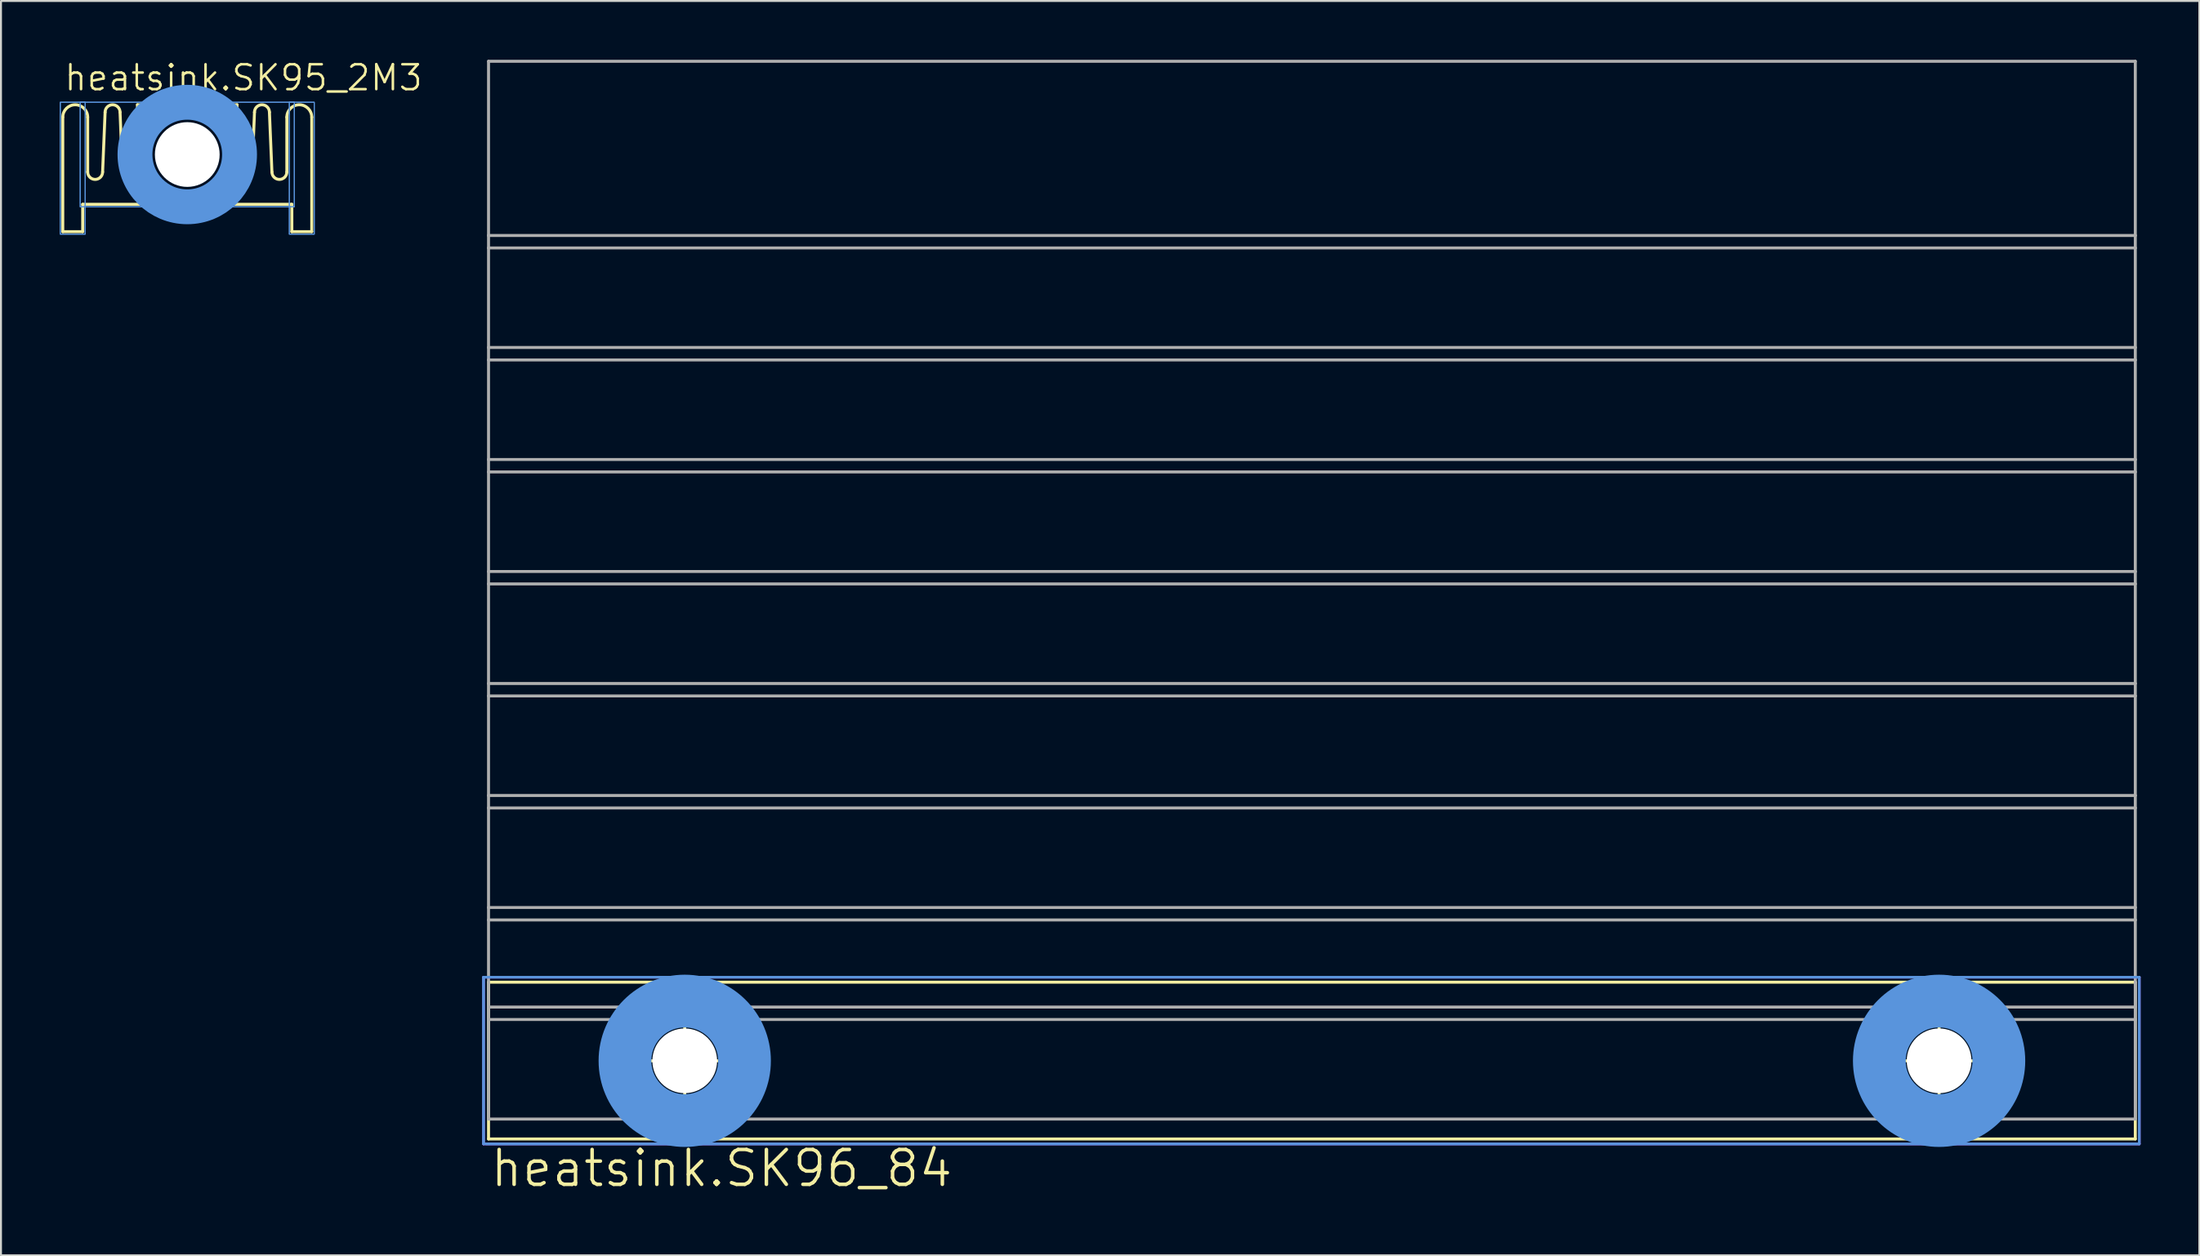
<source format=kicad_pcb>
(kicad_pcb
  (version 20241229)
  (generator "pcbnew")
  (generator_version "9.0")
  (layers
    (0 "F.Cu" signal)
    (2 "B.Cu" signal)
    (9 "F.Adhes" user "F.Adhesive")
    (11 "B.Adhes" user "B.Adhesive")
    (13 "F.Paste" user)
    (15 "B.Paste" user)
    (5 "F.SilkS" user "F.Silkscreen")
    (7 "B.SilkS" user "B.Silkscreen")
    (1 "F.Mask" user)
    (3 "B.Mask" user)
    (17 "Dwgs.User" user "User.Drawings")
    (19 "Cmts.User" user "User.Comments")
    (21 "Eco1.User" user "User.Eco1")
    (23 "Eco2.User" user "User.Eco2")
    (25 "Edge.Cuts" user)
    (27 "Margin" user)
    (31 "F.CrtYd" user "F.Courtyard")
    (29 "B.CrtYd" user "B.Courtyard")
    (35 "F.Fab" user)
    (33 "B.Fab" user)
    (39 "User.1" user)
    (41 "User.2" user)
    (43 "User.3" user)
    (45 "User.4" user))
  (footprint "heatsink.SK95_2M3"
    (layer "F.Cu")
    (at 6.502 7.375)
    (property "Reference" "heatsink.SK95_2M3" (at -6.35 -5.715 0) (layer "F.SilkS") (effects (font (size 1.27 1.27) (thickness 0.13)) (justify left bottom)))
    (fp_line (start -6.35 1.397) (end -6.35 -4.445) (stroke (width 0.152) (type default)) (layer "F.SilkS"))
    (fp_line (start -5.334 0) (end -5.334 1.397) (stroke (width 0.152) (type default)) (layer "F.SilkS"))
    (fp_line (start -5.334 1.397) (end -6.35 1.397) (stroke (width 0.152) (type default)) (layer "F.SilkS"))
    (fp_line (start -5.08 -1.651) (end -5.08 -4.445) (stroke (width 0.152) (type default)) (layer "F.SilkS"))
    (fp_line (start -4.191 -4.699) (end -4.318 -1.651) (stroke (width 0.152) (type default)) (layer "F.SilkS"))
    (fp_line (start -3.302 -1.651) (end -3.429 -4.699) (stroke (width 0.152) (type default)) (layer "F.SilkS"))
    (fp_line (start -2.54 -1.651) (end -2.54 -5.08) (stroke (width 0.152) (type default)) (layer "F.SilkS"))
    (fp_line (start 2.54 -5.08) (end -2.54 -5.08) (stroke (width 0.152) (type default)) (layer "F.SilkS"))
    (fp_line (start 2.54 -5.08) (end 2.54 -1.651) (stroke (width 0.152) (type default)) (layer "F.SilkS"))
    (fp_line (start 3.429 -4.699) (end 3.302 -1.651) (stroke (width 0.152) (type default)) (layer "F.SilkS"))
    (fp_line (start 4.191 -4.699) (end 4.318 -1.651) (stroke (width 0.152) (type default)) (layer "F.SilkS"))
    (fp_line (start 5.08 -1.651) (end 5.08 -4.445) (stroke (width 0.152) (type default)) (layer "F.SilkS"))
    (fp_line (start 5.334 0) (end -5.334 0) (stroke (width 0.152) (type default)) (layer "F.SilkS"))
    (fp_line (start 5.334 0) (end 5.334 1.397) (stroke (width 0.152) (type default)) (layer "F.SilkS"))
    (fp_line (start 6.35 -4.445) (end 6.35 1.397) (stroke (width 0.152) (type default)) (layer "F.SilkS"))
    (fp_line (start 6.35 1.397) (end 5.334 1.397) (stroke (width 0.152) (type default)) (layer "F.SilkS"))
    (fp_arc (start -6.35 -4.445) (mid -5.715 -5.08) (end -5.08 -4.445) (stroke (width 0.1524) (type default)) (layer "F.SilkS"))
    (fp_arc (start -4.318 -1.651) (mid -4.699 -1.27) (end -5.08 -1.651) (stroke (width 0.1524) (type default)) (layer "F.SilkS"))
    (fp_arc (start -4.191 -4.699) (mid -3.81 -5.08) (end -3.429 -4.699) (stroke (width 0.1524) (type default)) (layer "F.SilkS"))
    (fp_arc (start -2.54 -1.651) (mid -2.921 -1.27) (end -3.302 -1.651) (stroke (width 0.1524) (type default)) (layer "F.SilkS"))
    (fp_arc (start 3.302 -1.651) (mid 2.921 -1.27) (end 2.54 -1.651) (stroke (width 0.1524) (type default)) (layer "F.SilkS"))
    (fp_arc (start 3.429 -4.699) (mid 3.81 -5.08) (end 4.191 -4.699) (stroke (width 0.1524) (type default)) (layer "F.SilkS"))
    (fp_arc (start 5.08 -4.445) (mid 5.715 -5.08) (end 6.35 -4.445) (stroke (width 0.1524) (type default)) (layer "F.SilkS"))
    (fp_arc (start 5.08 -1.651) (mid 4.699 -1.27) (end 4.318 -1.651) (stroke (width 0.1524) (type default)) (layer "F.SilkS"))
    (fp_rect (start -6.477 1.524) (end -5.207 -5.207) (stroke (width 0.05) (type default)) (fill no) (layer "Cmts.User"))
    (fp_rect (start -6.477 1.524) (end -5.207 -5.207) (stroke (width 0.05) (type default)) (fill no) (layer "Cmts.User"))
    (fp_rect (start -5.461 0.127) (end 5.461 -5.207) (stroke (width 0.05) (type default)) (fill no) (layer "Cmts.User"))
    (fp_rect (start -5.461 0.127) (end 5.461 -5.207) (stroke (width 0.05) (type default)) (fill no) (layer "Cmts.User"))
    (fp_rect (start 5.207 1.524) (end 6.477 -5.207) (stroke (width 0.05) (type default)) (fill no) (layer "Cmts.User"))
    (fp_rect (start 5.207 1.524) (end 6.477 -5.207) (stroke (width 0.05) (type default)) (fill no) (layer "Cmts.User"))
    (fp_circle (center 0 -2.54) (end 2.667 -2.54) (stroke (width 1.778) (type default)) (fill no) (layer "Cmts.User"))
    (pad "" np_thru_hole circle (at 0 -2.54) (size 3.302 3.302) (drill 3.302) (layers "*.Cu" "*.Mask")))
  (footprint "heatsink.SK96_84"
    (layer "F.Cu")
    (at 63.779 55.067)
    (property "Reference" "heatsink.SK96_84" (at -41.91 2.54 0) (layer "F.SilkS") (effects (font (size 1.778 1.778) (thickness 0.18)) (justify left bottom)))
    (fp_line (start -41.91 -8.001) (end 42.088 -8.001) (stroke (width 0.152) (type default)) (layer "F.SilkS"))
    (fp_line (start -41.91 0) (end -41.91 -8.001) (stroke (width 0.152) (type default)) (layer "F.SilkS"))
    (fp_line (start -31.902 -7.417) (end -31.902 -0.559) (stroke (width 0.152) (type default)) (layer "F.SilkS"))
    (fp_line (start -28.473 -3.988) (end -35.331 -3.988) (stroke (width 0.152) (type default)) (layer "F.SilkS"))
    (fp_line (start 32.08 -7.417) (end 32.08 -0.559) (stroke (width 0.152) (type default)) (layer "F.SilkS"))
    (fp_line (start 35.509 -3.988) (end 28.651 -3.988) (stroke (width 0.152) (type default)) (layer "F.SilkS"))
    (fp_line (start 42.088 0) (end -41.91 0) (stroke (width 0.152) (type default)) (layer "F.SilkS"))
    (fp_line (start 42.088 0) (end 42.088 -8.001) (stroke (width 0.152) (type default)) (layer "F.SilkS"))
    (fp_line (start -42.164 -8.255) (end -42.164 0.254) (stroke (width 0.127) (type default)) (layer "Cmts.User"))
    (fp_line (start -42.164 -8.255) (end -42.164 0.254) (stroke (width 0.127) (type default)) (layer "Cmts.User"))
    (fp_line (start -42.164 -8.255) (end 42.291 -8.255) (stroke (width 0.127) (type default)) (layer "Cmts.User"))
    (fp_line (start -42.164 -8.255) (end 42.291 -8.255) (stroke (width 0.127) (type default)) (layer "Cmts.User"))
    (fp_line (start 42.291 0.254) (end -42.164 0.254) (stroke (width 0.127) (type default)) (layer "Cmts.User"))
    (fp_line (start 42.291 0.254) (end -42.037 0.254) (stroke (width 0.127) (type default)) (layer "Cmts.User"))
    (fp_line (start 42.291 0.254) (end 42.291 -8.255) (stroke (width 0.127) (type default)) (layer "Cmts.User"))
    (fp_line (start 42.291 0.254) (end 42.291 -8.255) (stroke (width 0.127) (type default)) (layer "Cmts.User"))
    (fp_circle (center -31.902 -3.988) (end -28.854 -3.988) (stroke (width 2.692) (type default)) (fill no) (layer "Cmts.User"))
    (fp_circle (center 32.08 -3.988) (end 35.128 -3.988) (stroke (width 2.692) (type default)) (fill no) (layer "Cmts.User"))
    (fp_line (start -42.164 -8.255) (end -42.164 0.254) (stroke (width 0.127) (type default)) (layer "F.CrtYd"))
    (fp_line (start -42.164 -8.255) (end 42.291 -8.255) (stroke (width 0.127) (type default)) (layer "F.CrtYd"))
    (fp_line (start 42.291 0.254) (end -42.164 0.254) (stroke (width 0.127) (type default)) (layer "F.CrtYd"))
    (fp_line (start 42.291 0.254) (end 42.291 -8.255) (stroke (width 0.127) (type default)) (layer "F.CrtYd"))
    (fp_line (start -41.91 -54.991) (end 42.088 -54.991) (stroke (width 0.152) (type default)) (layer "F.Fab"))
    (fp_line (start -41.91 -46.101) (end -41.91 -54.991) (stroke (width 0.152) (type default)) (layer "F.Fab"))
    (fp_line (start -41.91 -46.101) (end 42.088 -46.101) (stroke (width 0.152) (type default)) (layer "F.Fab"))
    (fp_line (start -41.91 -45.466) (end -41.91 -46.101) (stroke (width 0.152) (type default)) (layer "F.Fab"))
    (fp_line (start -41.91 -45.466) (end 42.088 -45.466) (stroke (width 0.152) (type default)) (layer "F.Fab"))
    (fp_line (start -41.91 -40.386) (end -41.91 -45.466) (stroke (width 0.152) (type default)) (layer "F.Fab"))
    (fp_line (start -41.91 -40.386) (end 42.088 -40.386) (stroke (width 0.152) (type default)) (layer "F.Fab"))
    (fp_line (start -41.91 -39.751) (end -41.91 -40.386) (stroke (width 0.152) (type default)) (layer "F.Fab"))
    (fp_line (start -41.91 -39.751) (end 42.088 -39.751) (stroke (width 0.152) (type default)) (layer "F.Fab"))
    (fp_line (start -41.91 -34.671) (end -41.91 -39.751) (stroke (width 0.152) (type default)) (layer "F.Fab"))
    (fp_line (start -41.91 -34.671) (end 42.088 -34.671) (stroke (width 0.152) (type default)) (layer "F.Fab"))
    (fp_line (start -41.91 -34.036) (end -41.91 -34.671) (stroke (width 0.152) (type default)) (layer "F.Fab"))
    (fp_line (start -41.91 -34.036) (end 42.088 -34.036) (stroke (width 0.152) (type default)) (layer "F.Fab"))
    (fp_line (start -41.91 -28.956) (end -41.91 -34.036) (stroke (width 0.152) (type default)) (layer "F.Fab"))
    (fp_line (start -41.91 -28.956) (end 42.088 -28.956) (stroke (width 0.152) (type default)) (layer "F.Fab"))
    (fp_line (start -41.91 -28.321) (end -41.91 -28.956) (stroke (width 0.152) (type default)) (layer "F.Fab"))
    (fp_line (start -41.91 -28.321) (end 42.088 -28.321) (stroke (width 0.152) (type default)) (layer "F.Fab"))
    (fp_line (start -41.91 -23.241) (end -41.91 -28.321) (stroke (width 0.152) (type default)) (layer "F.Fab"))
    (fp_line (start -41.91 -23.241) (end 42.088 -23.241) (stroke (width 0.152) (type default)) (layer "F.Fab"))
    (fp_line (start -41.91 -22.606) (end -41.91 -23.241) (stroke (width 0.152) (type default)) (layer "F.Fab"))
    (fp_line (start -41.91 -22.606) (end 42.088 -22.606) (stroke (width 0.152) (type default)) (layer "F.Fab"))
    (fp_line (start -41.91 -17.526) (end -41.91 -22.606) (stroke (width 0.152) (type default)) (layer "F.Fab"))
    (fp_line (start -41.91 -17.526) (end 42.088 -17.526) (stroke (width 0.152) (type default)) (layer "F.Fab"))
    (fp_line (start -41.91 -16.891) (end -41.91 -17.526) (stroke (width 0.152) (type default)) (layer "F.Fab"))
    (fp_line (start -41.91 -16.891) (end 42.088 -16.891) (stroke (width 0.152) (type default)) (layer "F.Fab"))
    (fp_line (start -41.91 -11.811) (end -41.91 -16.891) (stroke (width 0.152) (type default)) (layer "F.Fab"))
    (fp_line (start -41.91 -11.811) (end 42.088 -11.811) (stroke (width 0.152) (type default)) (layer "F.Fab"))
    (fp_line (start -41.91 -11.176) (end -41.91 -11.811) (stroke (width 0.152) (type default)) (layer "F.Fab"))
    (fp_line (start -41.91 -11.176) (end 42.088 -11.176) (stroke (width 0.152) (type default)) (layer "F.Fab"))
    (fp_line (start -41.91 -6.731) (end -41.91 -11.176) (stroke (width 0.152) (type default)) (layer "F.Fab"))
    (fp_line (start -41.91 -6.731) (end 42.088 -6.731) (stroke (width 0.152) (type default)) (layer "F.Fab"))
    (fp_line (start -41.91 -6.096) (end -41.91 -6.731) (stroke (width 0.152) (type default)) (layer "F.Fab"))
    (fp_line (start -41.91 -6.096) (end -41.91 -1.016) (stroke (width 0.152) (type default)) (layer "F.Fab"))
    (fp_line (start -41.91 -6.096) (end 42.088 -6.096) (stroke (width 0.152) (type default)) (layer "F.Fab"))
    (fp_line (start -41.91 -1.016) (end 42.088 -1.016) (stroke (width 0.152) (type default)) (layer "F.Fab"))
    (fp_line (start 42.088 -46.101) (end 42.088 -54.991) (stroke (width 0.152) (type default)) (layer "F.Fab"))
    (fp_line (start 42.088 -45.466) (end 42.088 -46.101) (stroke (width 0.152) (type default)) (layer "F.Fab"))
    (fp_line (start 42.088 -40.386) (end 42.088 -45.466) (stroke (width 0.152) (type default)) (layer "F.Fab"))
    (fp_line (start 42.088 -39.751) (end 42.088 -40.386) (stroke (width 0.152) (type default)) (layer "F.Fab"))
    (fp_line (start 42.088 -34.671) (end 42.088 -39.751) (stroke (width 0.152) (type default)) (layer "F.Fab"))
    (fp_line (start 42.088 -34.036) (end 42.088 -34.671) (stroke (width 0.152) (type default)) (layer "F.Fab"))
    (fp_line (start 42.088 -28.956) (end 42.088 -34.036) (stroke (width 0.152) (type default)) (layer "F.Fab"))
    (fp_line (start 42.088 -28.321) (end 42.088 -28.956) (stroke (width 0.152) (type default)) (layer "F.Fab"))
    (fp_line (start 42.088 -23.241) (end 42.088 -28.321) (stroke (width 0.152) (type default)) (layer "F.Fab"))
    (fp_line (start 42.088 -22.606) (end 42.088 -23.241) (stroke (width 0.152) (type default)) (layer "F.Fab"))
    (fp_line (start 42.088 -17.526) (end 42.088 -22.606) (stroke (width 0.152) (type default)) (layer "F.Fab"))
    (fp_line (start 42.088 -16.891) (end 42.088 -17.526) (stroke (width 0.152) (type default)) (layer "F.Fab"))
    (fp_line (start 42.088 -11.811) (end 42.088 -16.891) (stroke (width 0.152) (type default)) (layer "F.Fab"))
    (fp_line (start 42.088 -11.176) (end 42.088 -11.811) (stroke (width 0.152) (type default)) (layer "F.Fab"))
    (fp_line (start 42.088 -8.001) (end 42.088 -6.731) (stroke (width 0.152) (type default)) (layer "F.Fab"))
    (fp_line (start 42.088 -6.731) (end 42.088 -11.176) (stroke (width 0.152) (type default)) (layer "F.Fab"))
    (fp_line (start 42.088 -6.731) (end 42.088 -6.096) (stroke (width 0.152) (type default)) (layer "F.Fab"))
    (fp_line (start 42.088 -1.016) (end 42.088 -6.096) (stroke (width 0.152) (type default)) (layer "F.Fab"))
    (pad "" np_thru_hole circle (at -31.902 -3.988) (size 3.302 3.302) (drill 3.302) (layers "*.Cu" "*.Mask"))
    (pad "" np_thru_hole circle (at 32.08 -3.988) (size 3.302 3.302) (drill 3.302) (layers "*.Cu" "*.Mask")))
  (gr_rect
    (start -3 -3)
    (end 109.134 61.001)
    (stroke (width 0.1) (type default))
    (fill no)
    (layer "Edge.Cuts")))
</source>
